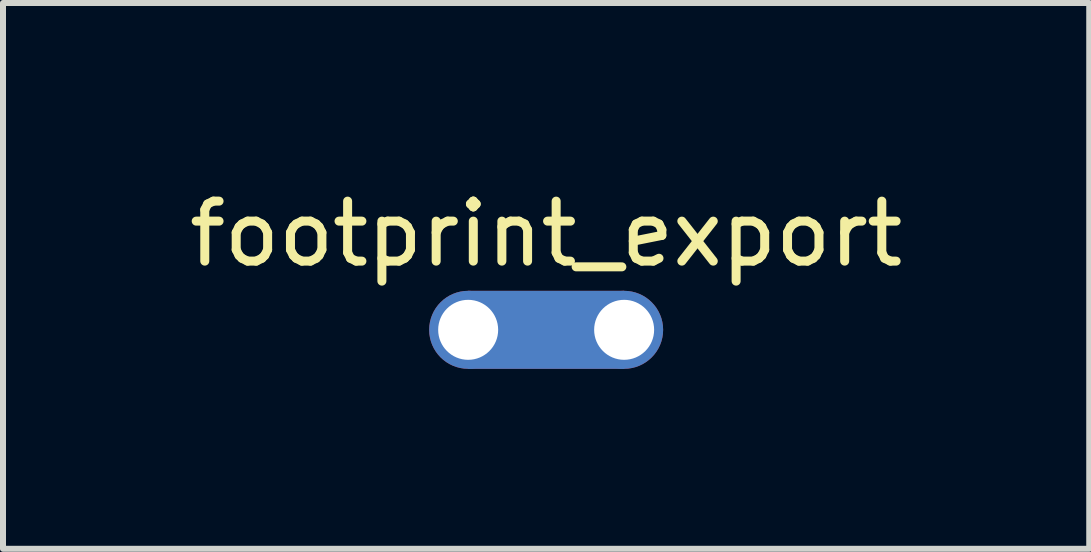
<source format=kicad_pcb>
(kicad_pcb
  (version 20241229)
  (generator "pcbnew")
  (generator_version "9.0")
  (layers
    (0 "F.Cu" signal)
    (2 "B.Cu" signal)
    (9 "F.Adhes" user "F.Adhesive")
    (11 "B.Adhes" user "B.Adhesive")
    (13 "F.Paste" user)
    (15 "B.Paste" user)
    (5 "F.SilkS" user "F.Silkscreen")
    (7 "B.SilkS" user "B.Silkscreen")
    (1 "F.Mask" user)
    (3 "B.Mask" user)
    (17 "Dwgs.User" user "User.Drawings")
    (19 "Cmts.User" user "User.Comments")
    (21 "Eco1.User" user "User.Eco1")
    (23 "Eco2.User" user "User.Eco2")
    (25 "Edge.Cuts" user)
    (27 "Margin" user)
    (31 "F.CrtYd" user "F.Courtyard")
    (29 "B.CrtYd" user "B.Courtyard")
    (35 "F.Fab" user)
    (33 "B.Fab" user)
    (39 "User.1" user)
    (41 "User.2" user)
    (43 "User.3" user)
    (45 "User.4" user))
  (footprint "footprint_export"
    (layer "F.Cu")
    (at 4.754 2.448)
    (property "Reference" "footprint_export" (at 1.3 -1.6 0) (layer "F.SilkS") (effects (font (size 1 1) (thickness 0.15))))
    (attr exclude_from_pos_files exclude_from_bom allow_missing_courtyard)
    (fp_poly (pts (xy 0 -0.65) (xy 2.6 -0.65) (xy 2.6 0.65) (xy 0 0.65)) (stroke (width 0) (type solid)) (fill yes) (layer "F.Cu"))
    (fp_poly (pts (xy 0 -0.65) (xy 2.6 -0.65) (xy 2.6 0.65) (xy 0 0.65)) (stroke (width 0) (type solid)) (fill yes) (layer "B.Cu"))
    (pad "1" thru_hole circle (at 0 0) (size 1.3 1.3) (drill 1) (layers "*.Cu"))
    (pad "2" thru_hole circle (at 2.6 0) (size 1.3 1.3) (drill 1) (layers "*.Cu")))
  (gr_rect
    (start -3 -3)
    (end 15.107 6.098)
    (stroke (width 0.1) (type default))
    (fill no)
    (layer "Edge.Cuts")))
</source>
